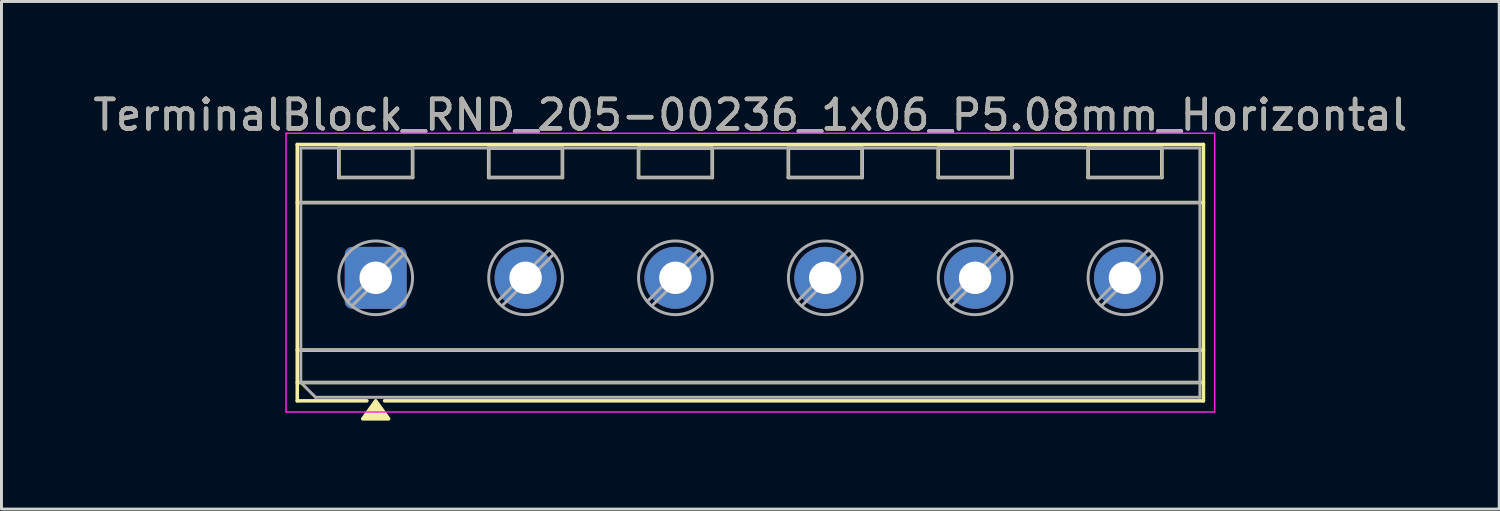
<source format=kicad_pcb>
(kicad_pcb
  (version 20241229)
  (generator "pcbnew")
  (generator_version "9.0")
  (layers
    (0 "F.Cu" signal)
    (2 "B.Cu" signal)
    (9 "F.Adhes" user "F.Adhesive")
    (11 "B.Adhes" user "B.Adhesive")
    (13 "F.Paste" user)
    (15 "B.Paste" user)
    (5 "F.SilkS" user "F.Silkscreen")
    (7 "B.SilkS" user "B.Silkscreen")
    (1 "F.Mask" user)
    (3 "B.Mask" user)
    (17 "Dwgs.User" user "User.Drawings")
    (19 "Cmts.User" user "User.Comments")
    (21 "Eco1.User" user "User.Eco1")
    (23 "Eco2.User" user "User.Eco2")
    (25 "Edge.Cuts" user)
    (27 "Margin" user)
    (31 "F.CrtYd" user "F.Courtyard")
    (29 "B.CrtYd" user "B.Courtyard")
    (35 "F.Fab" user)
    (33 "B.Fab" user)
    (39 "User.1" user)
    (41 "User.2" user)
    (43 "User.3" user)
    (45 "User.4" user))
  (footprint "TerminalBlock_RND_205-00236_1x06_P5.08mm_Horizontal"
    (layer "F.Cu")
    (at 9.687 6.368)
    (property "Reference" "TerminalBlock_RND_205-00236_1x06_P5.08mm_Horizontal" (at 12.7 -5.52 0) (layer "F.SilkS") (effects (font (size 1 1) (thickness 0.15))))
    (attr through_hole)
    (fp_line (start -2.66 -4.52) (end -2.66 4.17) (stroke (width 0.12) (type solid)) (layer "F.SilkS"))
    (fp_line (start -2.66 -4.52) (end 28.06 -4.52) (stroke (width 0.12) (type solid)) (layer "F.SilkS"))
    (fp_line (start -2.66 -2.55) (end 28.06 -2.55) (stroke (width 0.12) (type solid)) (layer "F.SilkS"))
    (fp_line (start -2.66 2.45) (end 28.06 2.45) (stroke (width 0.12) (type solid)) (layer "F.SilkS"))
    (fp_line (start -2.66 3.55) (end 28.06 3.55) (stroke (width 0.12) (type solid)) (layer "F.SilkS"))
    (fp_line (start -2.66 4.17) (end -0.3 4.17) (stroke (width 0.12) (type solid)) (layer "F.SilkS"))
    (fp_line (start -1.25 -4.4) (end -1.25 -3.4) (stroke (width 0.12) (type solid)) (layer "F.SilkS"))
    (fp_line (start -1.25 -4.4) (end 1.25 -4.4) (stroke (width 0.12) (type solid)) (layer "F.SilkS"))
    (fp_line (start -1.25 -3.4) (end 1.25 -3.4) (stroke (width 0.12) (type solid)) (layer "F.SilkS"))
    (fp_line (start 0.3 4.17) (end 28.06 4.17) (stroke (width 0.12) (type solid)) (layer "F.SilkS"))
    (fp_line (start 1.25 -4.4) (end 1.25 -3.4) (stroke (width 0.12) (type solid)) (layer "F.SilkS"))
    (fp_line (start 3.83 -4.4) (end 3.83 -3.4) (stroke (width 0.12) (type solid)) (layer "F.SilkS"))
    (fp_line (start 3.83 -4.4) (end 6.33 -4.4) (stroke (width 0.12) (type solid)) (layer "F.SilkS"))
    (fp_line (start 3.83 -3.4) (end 6.33 -3.4) (stroke (width 0.12) (type solid)) (layer "F.SilkS"))
    (fp_line (start 6.33 -4.4) (end 6.33 -3.4) (stroke (width 0.12) (type solid)) (layer "F.SilkS"))
    (fp_line (start 8.91 -4.4) (end 8.91 -3.4) (stroke (width 0.12) (type solid)) (layer "F.SilkS"))
    (fp_line (start 8.91 -4.4) (end 11.41 -4.4) (stroke (width 0.12) (type solid)) (layer "F.SilkS"))
    (fp_line (start 8.91 -3.4) (end 11.41 -3.4) (stroke (width 0.12) (type solid)) (layer "F.SilkS"))
    (fp_line (start 11.41 -4.4) (end 11.41 -3.4) (stroke (width 0.12) (type solid)) (layer "F.SilkS"))
    (fp_line (start 13.99 -4.4) (end 13.99 -3.4) (stroke (width 0.12) (type solid)) (layer "F.SilkS"))
    (fp_line (start 13.99 -4.4) (end 16.49 -4.4) (stroke (width 0.12) (type solid)) (layer "F.SilkS"))
    (fp_line (start 13.99 -3.4) (end 16.49 -3.4) (stroke (width 0.12) (type solid)) (layer "F.SilkS"))
    (fp_line (start 16.49 -4.4) (end 16.49 -3.4) (stroke (width 0.12) (type solid)) (layer "F.SilkS"))
    (fp_line (start 19.07 -4.4) (end 19.07 -3.4) (stroke (width 0.12) (type solid)) (layer "F.SilkS"))
    (fp_line (start 19.07 -4.4) (end 21.57 -4.4) (stroke (width 0.12) (type solid)) (layer "F.SilkS"))
    (fp_line (start 19.07 -3.4) (end 21.57 -3.4) (stroke (width 0.12) (type solid)) (layer "F.SilkS"))
    (fp_line (start 21.57 -4.4) (end 21.57 -3.4) (stroke (width 0.12) (type solid)) (layer "F.SilkS"))
    (fp_line (start 24.15 -4.4) (end 24.15 -3.4) (stroke (width 0.12) (type solid)) (layer "F.SilkS"))
    (fp_line (start 24.15 -4.4) (end 26.65 -4.4) (stroke (width 0.12) (type solid)) (layer "F.SilkS"))
    (fp_line (start 24.15 -3.4) (end 26.65 -3.4) (stroke (width 0.12) (type solid)) (layer "F.SilkS"))
    (fp_line (start 26.65 -4.4) (end 26.65 -3.4) (stroke (width 0.12) (type solid)) (layer "F.SilkS"))
    (fp_line (start 28.06 -4.52) (end 28.06 4.17) (stroke (width 0.12) (type solid)) (layer "F.SilkS"))
    (fp_poly (pts (xy 0 4.17) (xy 0.44 4.78) (xy -0.44 4.78)) (stroke (width 0.12) (type solid)) (fill yes) (layer "F.SilkS"))
    (fp_line (start -3.04 -4.9) (end -3.04 4.55) (stroke (width 0.05) (type solid)) (layer "F.CrtYd"))
    (fp_line (start -3.04 4.55) (end 28.44 4.55) (stroke (width 0.05) (type solid)) (layer "F.CrtYd"))
    (fp_line (start 28.44 -4.9) (end -3.04 -4.9) (stroke (width 0.05) (type solid)) (layer "F.CrtYd"))
    (fp_line (start 28.44 4.55) (end 28.44 -4.9) (stroke (width 0.05) (type solid)) (layer "F.CrtYd"))
    (fp_line (start -2.54 -4.4) (end 27.94 -4.4) (stroke (width 0.1) (type solid)) (layer "F.Fab"))
    (fp_line (start -2.54 -2.55) (end 27.94 -2.55) (stroke (width 0.1) (type solid)) (layer "F.Fab"))
    (fp_line (start -2.54 2.45) (end 27.94 2.45) (stroke (width 0.1) (type solid)) (layer "F.Fab"))
    (fp_line (start -2.54 3.55) (end -2.54 -4.4) (stroke (width 0.1) (type solid)) (layer "F.Fab"))
    (fp_line (start -2.54 3.55) (end 27.94 3.55) (stroke (width 0.1) (type solid)) (layer "F.Fab"))
    (fp_line (start -2.04 4.05) (end -2.54 3.55) (stroke (width 0.1) (type solid)) (layer "F.Fab"))
    (fp_line (start -1.25 -4.4) (end -1.25 -3.4) (stroke (width 0.1) (type solid)) (layer "F.Fab"))
    (fp_line (start -1.25 -3.4) (end 1.25 -3.4) (stroke (width 0.1) (type solid)) (layer "F.Fab"))
    (fp_line (start 0.796 -0.948) (end -0.948 0.795) (stroke (width 0.1) (type solid)) (layer "F.Fab"))
    (fp_line (start 0.948 -0.795) (end -0.796 0.948) (stroke (width 0.1) (type solid)) (layer "F.Fab"))
    (fp_line (start 1.25 -4.4) (end -1.25 -4.4) (stroke (width 0.1) (type solid)) (layer "F.Fab"))
    (fp_line (start 1.25 -3.4) (end 1.25 -4.4) (stroke (width 0.1) (type solid)) (layer "F.Fab"))
    (fp_line (start 3.83 -4.4) (end 3.83 -3.4) (stroke (width 0.1) (type solid)) (layer "F.Fab"))
    (fp_line (start 3.83 -3.4) (end 6.33 -3.4) (stroke (width 0.1) (type solid)) (layer "F.Fab"))
    (fp_line (start 5.876 -0.948) (end 4.132 0.795) (stroke (width 0.1) (type solid)) (layer "F.Fab"))
    (fp_line (start 6.028 -0.795) (end 4.284 0.948) (stroke (width 0.1) (type solid)) (layer "F.Fab"))
    (fp_line (start 6.33 -4.4) (end 3.83 -4.4) (stroke (width 0.1) (type solid)) (layer "F.Fab"))
    (fp_line (start 6.33 -3.4) (end 6.33 -4.4) (stroke (width 0.1) (type solid)) (layer "F.Fab"))
    (fp_line (start 8.91 -4.4) (end 8.91 -3.4) (stroke (width 0.1) (type solid)) (layer "F.Fab"))
    (fp_line (start 8.91 -3.4) (end 11.41 -3.4) (stroke (width 0.1) (type solid)) (layer "F.Fab"))
    (fp_line (start 10.956 -0.948) (end 9.212 0.795) (stroke (width 0.1) (type solid)) (layer "F.Fab"))
    (fp_line (start 11.108 -0.795) (end 9.364 0.948) (stroke (width 0.1) (type solid)) (layer "F.Fab"))
    (fp_line (start 11.41 -4.4) (end 8.91 -4.4) (stroke (width 0.1) (type solid)) (layer "F.Fab"))
    (fp_line (start 11.41 -3.4) (end 11.41 -4.4) (stroke (width 0.1) (type solid)) (layer "F.Fab"))
    (fp_line (start 13.99 -4.4) (end 13.99 -3.4) (stroke (width 0.1) (type solid)) (layer "F.Fab"))
    (fp_line (start 13.99 -3.4) (end 16.49 -3.4) (stroke (width 0.1) (type solid)) (layer "F.Fab"))
    (fp_line (start 16.036 -0.948) (end 14.292 0.795) (stroke (width 0.1) (type solid)) (layer "F.Fab"))
    (fp_line (start 16.188 -0.795) (end 14.444 0.948) (stroke (width 0.1) (type solid)) (layer "F.Fab"))
    (fp_line (start 16.49 -4.4) (end 13.99 -4.4) (stroke (width 0.1) (type solid)) (layer "F.Fab"))
    (fp_line (start 16.49 -3.4) (end 16.49 -4.4) (stroke (width 0.1) (type solid)) (layer "F.Fab"))
    (fp_line (start 19.07 -4.4) (end 19.07 -3.4) (stroke (width 0.1) (type solid)) (layer "F.Fab"))
    (fp_line (start 19.07 -3.4) (end 21.57 -3.4) (stroke (width 0.1) (type solid)) (layer "F.Fab"))
    (fp_line (start 21.116 -0.948) (end 19.372 0.795) (stroke (width 0.1) (type solid)) (layer "F.Fab"))
    (fp_line (start 21.268 -0.795) (end 19.524 0.948) (stroke (width 0.1) (type solid)) (layer "F.Fab"))
    (fp_line (start 21.57 -4.4) (end 19.07 -4.4) (stroke (width 0.1) (type solid)) (layer "F.Fab"))
    (fp_line (start 21.57 -3.4) (end 21.57 -4.4) (stroke (width 0.1) (type solid)) (layer "F.Fab"))
    (fp_line (start 24.15 -4.4) (end 24.15 -3.4) (stroke (width 0.1) (type solid)) (layer "F.Fab"))
    (fp_line (start 24.15 -3.4) (end 26.65 -3.4) (stroke (width 0.1) (type solid)) (layer "F.Fab"))
    (fp_line (start 26.196 -0.948) (end 24.452 0.795) (stroke (width 0.1) (type solid)) (layer "F.Fab"))
    (fp_line (start 26.348 -0.795) (end 24.604 0.948) (stroke (width 0.1) (type solid)) (layer "F.Fab"))
    (fp_line (start 26.65 -4.4) (end 24.15 -4.4) (stroke (width 0.1) (type solid)) (layer "F.Fab"))
    (fp_line (start 26.65 -3.4) (end 26.65 -4.4) (stroke (width 0.1) (type solid)) (layer "F.Fab"))
    (fp_line (start 27.94 -4.4) (end 27.94 4.05) (stroke (width 0.1) (type solid)) (layer "F.Fab"))
    (fp_line (start 27.94 4.05) (end -2.04 4.05) (stroke (width 0.1) (type solid)) (layer "F.Fab"))
    (fp_circle (center 0 0) (end 1.25 0) (stroke (width 0.1) (type solid)) (fill no) (layer "F.Fab"))
    (fp_circle (center 5.08 0) (end 6.33 0) (stroke (width 0.1) (type solid)) (fill no) (layer "F.Fab"))
    (fp_circle (center 10.16 0) (end 11.41 0) (stroke (width 0.1) (type solid)) (fill no) (layer "F.Fab"))
    (fp_circle (center 15.24 0) (end 16.49 0) (stroke (width 0.1) (type solid)) (fill no) (layer "F.Fab"))
    (fp_circle (center 20.32 0) (end 21.57 0) (stroke (width 0.1) (type solid)) (fill no) (layer "F.Fab"))
    (fp_circle (center 25.4 0) (end 26.65 0) (stroke (width 0.1) (type solid)) (fill no) (layer "F.Fab"))
    (fp_text user "${REFERENCE}" (at 12.7 -5.52 0) (layer "F.Fab") (effects (font (size 1 1) (thickness 0.15))))
    (pad "1" thru_hole roundrect (at 0 0) (size 2.1 2.1) (drill 1.1) (layers "*.Cu" "*.Mask") (roundrect_rratio 0.119))
    (pad "2" thru_hole circle (at 5.08 0) (size 2.1 2.1) (drill 1.1) (layers "*.Cu" "*.Mask"))
    (pad "3" thru_hole circle (at 10.16 0) (size 2.1 2.1) (drill 1.1) (layers "*.Cu" "*.Mask"))
    (pad "4" thru_hole circle (at 15.24 0) (size 2.1 2.1) (drill 1.1) (layers "*.Cu" "*.Mask"))
    (pad "5" thru_hole circle (at 20.32 0) (size 2.1 2.1) (drill 1.1) (layers "*.Cu" "*.Mask"))
    (pad "6" thru_hole circle (at 25.4 0) (size 2.1 2.1) (drill 1.1) (layers "*.Cu" "*.Mask")))
  (gr_rect
    (start -3 -3)
    (end 47.774 14.208)
    (stroke (width 0.1) (type default))
    (fill no)
    (layer "Edge.Cuts")))
</source>
